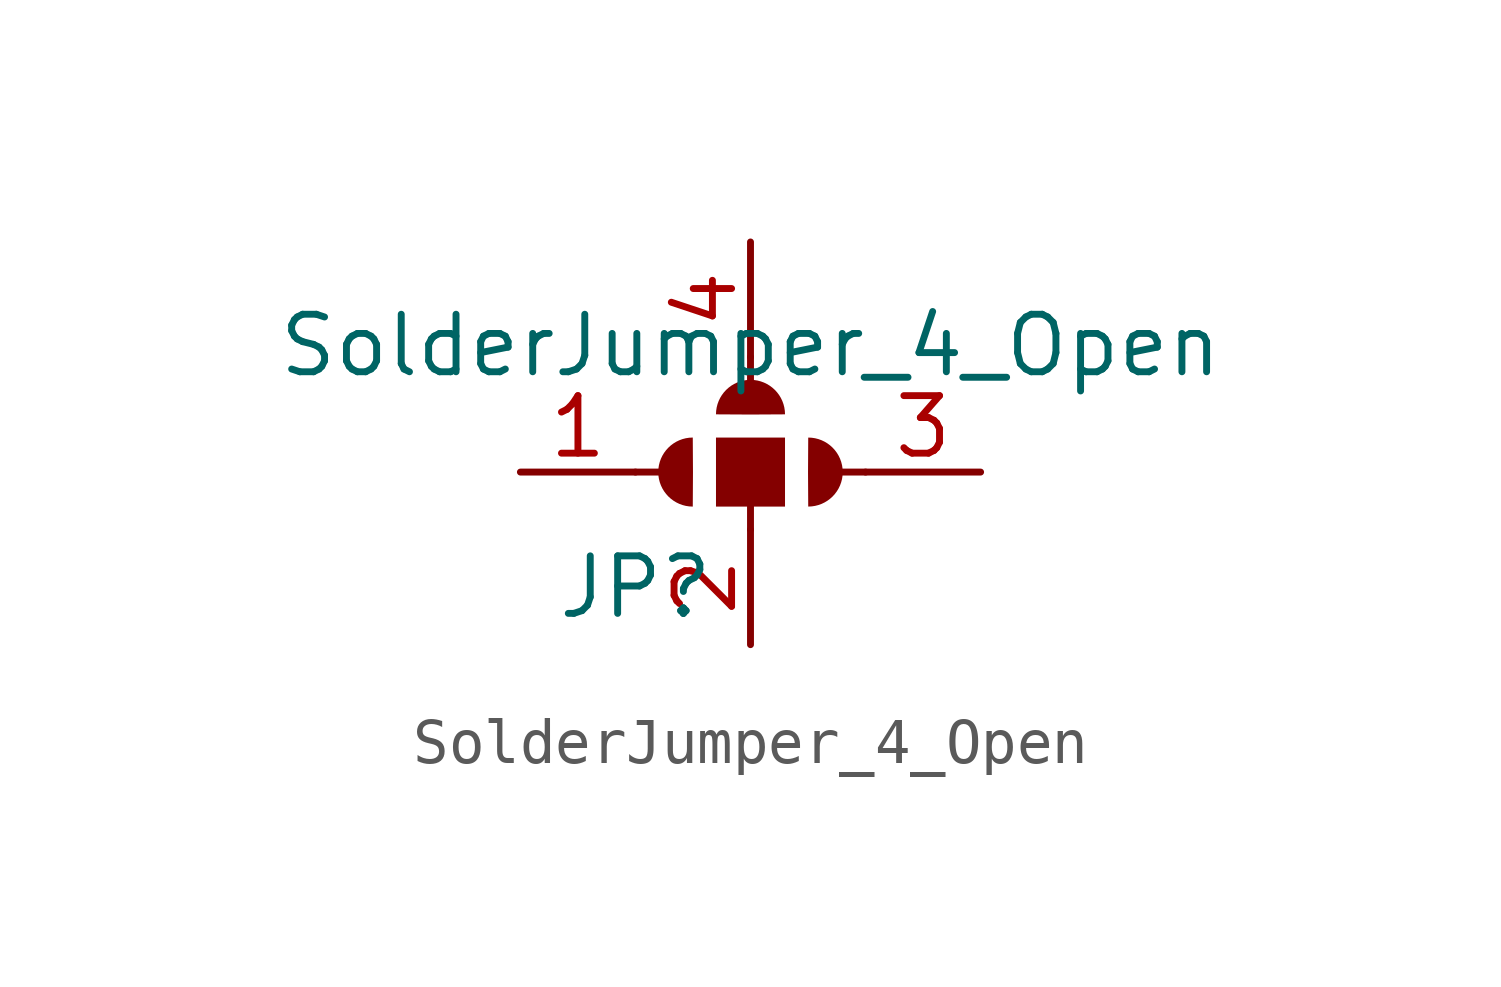
<source format=kicad_sym>
(kicad_symbol_lib
  (version 20231120)
  (generator "kicad_symbol_editor")
  (generator_version "8.0")
  (symbol "SolderJumper_4_Open"
    (pin_names
      (offset 0) hide)
    (property "Reference" "JP"
      (at -2.54 -2.54 0)
      (effects (font (size 1.27 1.27))))
    (property "Value" "SolderJumper_4_Open"
      (at 0 2.794 0)
      (effects (font (size 1.27 1.27))))
    (symbol "SolderJumper_4_Open_0_1"
      (polyline (pts (xy -2.54 0) (xy -2.032 0)) (stroke (width 0) (type default)) (fill (type none)))
      (polyline (pts (xy 0 -1.27) (xy 0 0)) (stroke (width 0) (type default)) (fill (type none)))
      (polyline (pts (xy 0 2.54) (xy 0 2.032)) (stroke (width 0) (type default)) (fill (type none)))
      (polyline (pts (xy 2.54 0) (xy 2.032 0)) (stroke (width 0) (type default)) (fill (type none))))
    (symbol "SolderJumper_4_Open_1_1"
      (arc (start -1.2744 0.762) (mid -2.032 0) (end -1.2744 -0.762) (stroke (width -0.0001) (type default)) (fill (type outline)))
      (rectangle (start -0.762 0.762) (end 0.762 -0.762) (stroke (width -0.0001) (type default)) (fill (type outline)))
      (arc (start 0.762 1.2744) (mid 0 2.032) (end -0.762 1.2744) (stroke (width -0.0001) (type default)) (fill (type outline)))
      (arc (start 1.2744 -0.762) (mid 2.032 0) (end 1.2744 0.762) (stroke (width -0.0001) (type default)) (fill (type outline)))
      (pin passive line (at -5.08 0 0) (length 2.54) (name "A" (effects (font (size 1.27 1.27)))) (number "1" (effects (font (size 1.27 1.27)))))
      (pin passive line (at 0 -3.81 90) (length 2.54) (name "C" (effects (font (size 1.27 1.27)))) (number "2" (effects (font (size 1.27 1.27)))))
      (pin passive line (at 5.08 0 180) (length 2.54) (name "B" (effects (font (size 1.27 1.27)))) (number "3" (effects (font (size 1.27 1.27)))))
      (pin passive line (at 0 5.08 270) (length 2.54) (name "D" (effects (font (size 1.27 1.27)))) (number "4" (effects (font (size 1.27 1.27))))))))
</source>
